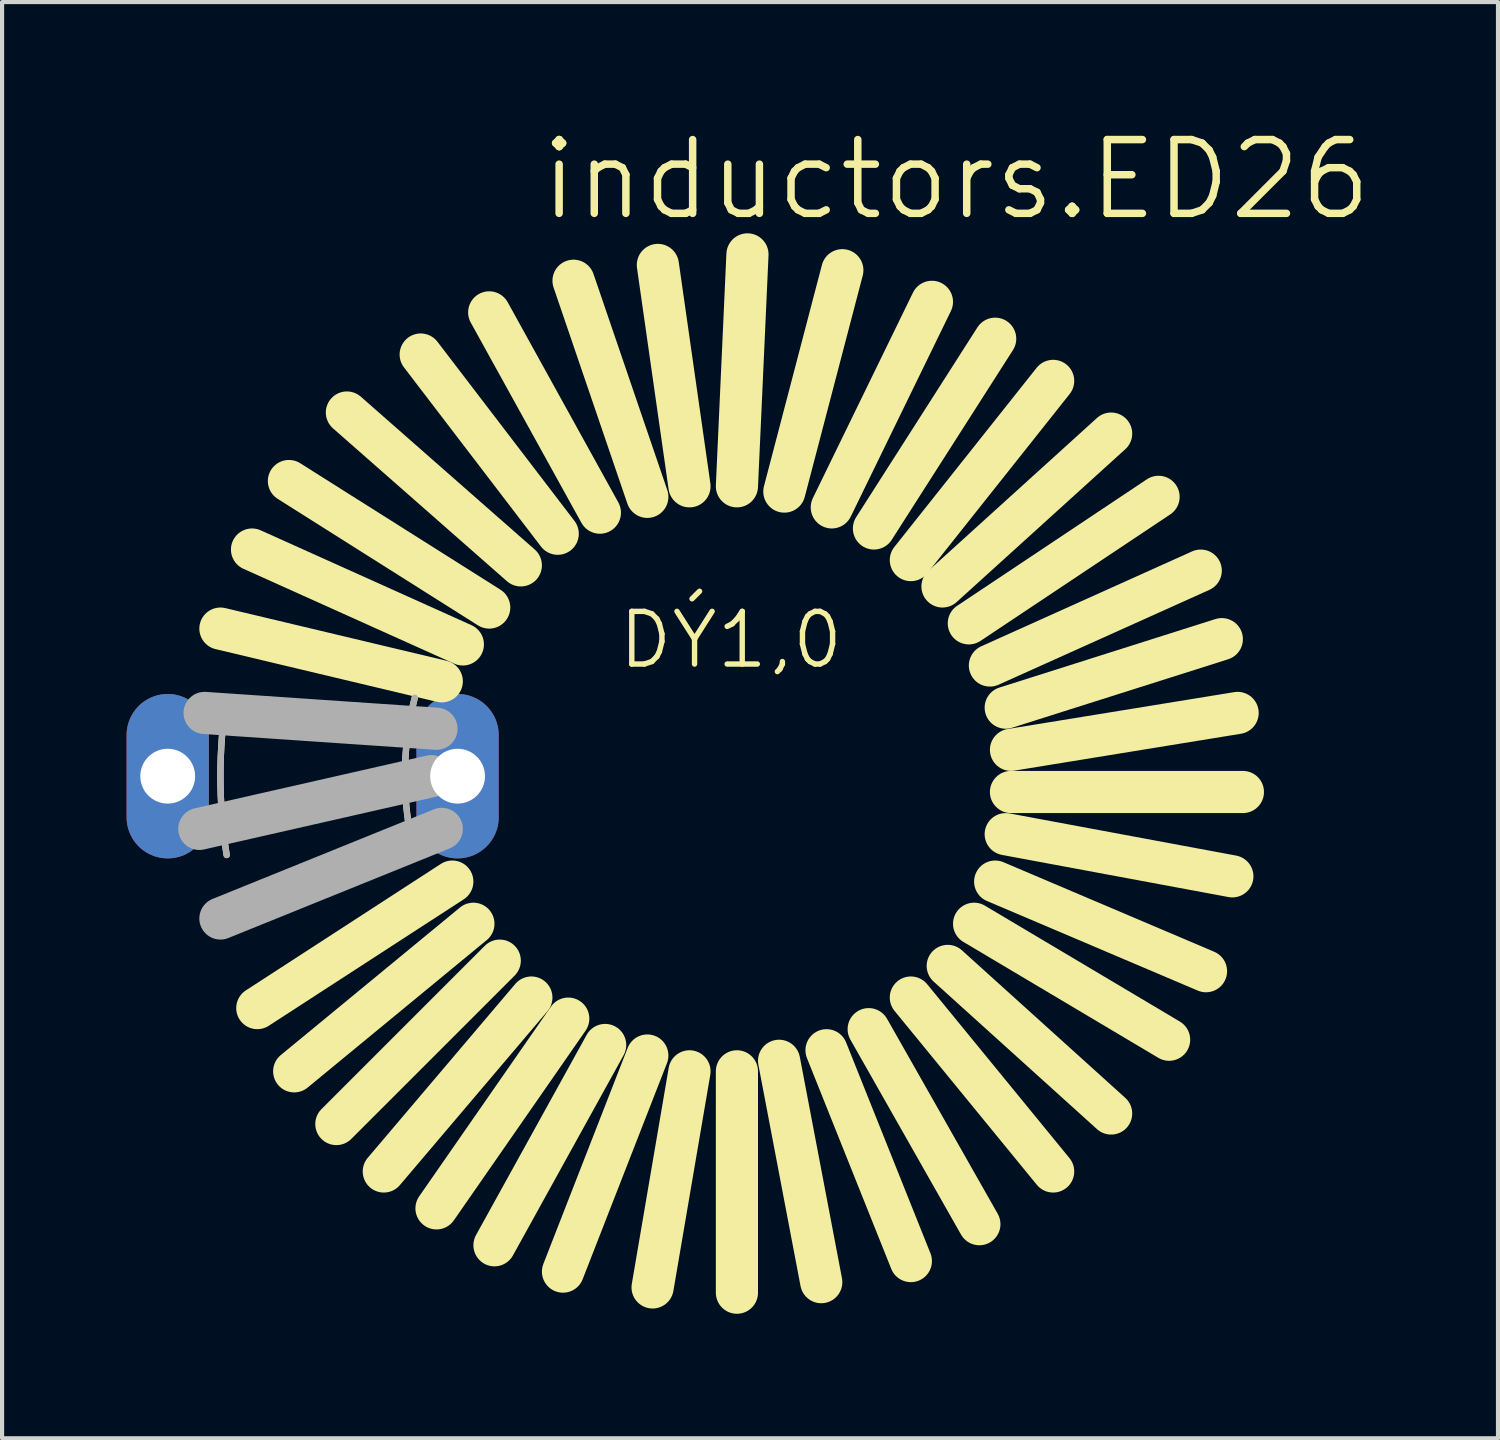
<source format=kicad_pcb>
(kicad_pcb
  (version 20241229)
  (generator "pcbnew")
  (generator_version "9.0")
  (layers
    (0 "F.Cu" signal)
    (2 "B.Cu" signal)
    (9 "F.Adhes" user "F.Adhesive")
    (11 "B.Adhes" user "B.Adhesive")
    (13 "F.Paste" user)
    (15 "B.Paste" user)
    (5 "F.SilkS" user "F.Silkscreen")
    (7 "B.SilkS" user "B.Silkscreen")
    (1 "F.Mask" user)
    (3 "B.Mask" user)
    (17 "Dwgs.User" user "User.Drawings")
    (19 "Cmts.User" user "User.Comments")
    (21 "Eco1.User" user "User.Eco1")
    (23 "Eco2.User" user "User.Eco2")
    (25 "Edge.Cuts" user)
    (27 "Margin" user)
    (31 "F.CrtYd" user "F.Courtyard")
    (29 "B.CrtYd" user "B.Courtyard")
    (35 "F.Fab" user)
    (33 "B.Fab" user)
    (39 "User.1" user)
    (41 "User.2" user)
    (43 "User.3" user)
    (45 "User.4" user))
  (footprint "inductors.ED26"
    (layer "F.Cu")
    (at 14.326 15.653)
    (property "Reference" "inductors.ED26" (at -4.445 -13.335 0) (layer "F.SilkS") (effects (font (size 1.778 1.778) (thickness 0.18)) (justify left bottom)))
    (attr through_hole)
    (fp_line (start -6.731 -2.286) (end -12.065 -3.556) (stroke (width 1.016) (type default)) (layer "F.SilkS"))
    (fp_line (start -6.477 2.54) (end -11.176 5.588) (stroke (width 1.016) (type default)) (layer "F.SilkS"))
    (fp_line (start -6.223 -3.175) (end -11.303 -5.461) (stroke (width 1.016) (type default)) (layer "F.SilkS"))
    (fp_line (start -5.969 3.556) (end -10.287 7.112) (stroke (width 1.016) (type default)) (layer "F.SilkS"))
    (fp_line (start -5.588 -4.064) (end -10.414 -7.112) (stroke (width 1.016) (type default)) (layer "F.SilkS"))
    (fp_line (start -5.334 4.445) (end -9.271 8.382) (stroke (width 1.016) (type default)) (layer "F.SilkS"))
    (fp_line (start -4.826 -5.08) (end -9.017 -8.763) (stroke (width 1.016) (type default)) (layer "F.SilkS"))
    (fp_line (start -4.572 5.334) (end -8.128 9.525) (stroke (width 1.016) (type default)) (layer "F.SilkS"))
    (fp_line (start -3.937 -5.842) (end -7.239 -10.16) (stroke (width 1.016) (type default)) (layer "F.SilkS"))
    (fp_line (start -3.683 5.842) (end -6.858 10.414) (stroke (width 1.016) (type default)) (layer "F.SilkS"))
    (fp_line (start -2.921 -6.35) (end -5.588 -11.176) (stroke (width 1.016) (type default)) (layer "F.SilkS"))
    (fp_line (start -2.794 6.477) (end -5.461 11.303) (stroke (width 1.016) (type default)) (layer "F.SilkS"))
    (fp_line (start -1.778 -6.731) (end -3.556 -11.938) (stroke (width 1.016) (type default)) (layer "F.SilkS"))
    (fp_line (start -1.778 6.731) (end -3.81 11.938) (stroke (width 1.016) (type default)) (layer "F.SilkS"))
    (fp_line (start -0.762 -6.985) (end -1.524 -12.319) (stroke (width 1.016) (type default)) (layer "F.SilkS"))
    (fp_line (start -0.762 7.112) (end -1.651 12.319) (stroke (width 1.016) (type default)) (layer "F.SilkS"))
    (fp_line (start 0.381 -6.985) (end 0.635 -12.573) (stroke (width 1.016) (type default)) (layer "F.SilkS"))
    (fp_line (start 0.381 7.112) (end 0.381 12.446) (stroke (width 1.016) (type default)) (layer "F.SilkS"))
    (fp_line (start 1.397 6.858) (end 2.413 12.192) (stroke (width 1.016) (type default)) (layer "F.SilkS"))
    (fp_line (start 1.524 -6.858) (end 2.921 -12.192) (stroke (width 1.016) (type default)) (layer "F.SilkS"))
    (fp_line (start 2.54 6.604) (end 4.572 11.684) (stroke (width 1.016) (type default)) (layer "F.SilkS"))
    (fp_line (start 2.667 -6.477) (end 5.08 -11.43) (stroke (width 1.016) (type default)) (layer "F.SilkS"))
    (fp_line (start 3.556 6.096) (end 6.223 10.795) (stroke (width 1.016) (type default)) (layer "F.SilkS"))
    (fp_line (start 3.683 -5.969) (end 6.604 -10.541) (stroke (width 1.016) (type default)) (layer "F.SilkS"))
    (fp_line (start 4.572 -5.207) (end 8.001 -9.525) (stroke (width 1.016) (type default)) (layer "F.SilkS"))
    (fp_line (start 4.572 5.334) (end 8.001 9.525) (stroke (width 1.016) (type default)) (layer "F.SilkS"))
    (fp_line (start 5.334 -4.572) (end 9.398 -8.255) (stroke (width 1.016) (type default)) (layer "F.SilkS"))
    (fp_line (start 5.461 4.572) (end 9.398 8.128) (stroke (width 1.016) (type default)) (layer "F.SilkS"))
    (fp_line (start 5.969 -3.683) (end 10.541 -6.731) (stroke (width 1.016) (type default)) (layer "F.SilkS"))
    (fp_line (start 6.096 3.556) (end 10.795 6.35) (stroke (width 1.016) (type default)) (layer "F.SilkS"))
    (fp_line (start 6.477 -2.667) (end 11.557 -4.953) (stroke (width 1.016) (type default)) (layer "F.SilkS"))
    (fp_line (start 6.604 2.54) (end 11.684 4.699) (stroke (width 1.016) (type default)) (layer "F.SilkS"))
    (fp_line (start 6.858 -1.651) (end 12.065 -3.302) (stroke (width 1.016) (type default)) (layer "F.SilkS"))
    (fp_line (start 6.858 1.397) (end 12.319 2.413) (stroke (width 1.016) (type default)) (layer "F.SilkS"))
    (fp_line (start 6.985 -0.635) (end 12.446 -1.524) (stroke (width 1.016) (type default)) (layer "F.SilkS"))
    (fp_line (start 6.985 0.381) (end 12.573 0.381) (stroke (width 1.016) (type default)) (layer "F.SilkS"))
    (fp_arc (start -11.9146 1.8991) (mid -12.065002 0) (end -11.9146 -1.8991) (stroke (width 0.1524) (type default)) (layer "F.SilkS"))
    (fp_arc (start -7.3819 1.8901) (mid -7.620034 0) (end -7.3819 -1.8901) (stroke (width 0.1524) (type default)) (layer "F.SilkS"))
    (fp_line (start -6.985 0) (end -12.573 1.27) (stroke (width 1.016) (type default)) (layer "F.Fab"))
    (fp_line (start -6.858 -1.143) (end -12.446 -1.524) (stroke (width 1.016) (type default)) (layer "F.Fab"))
    (fp_line (start -6.731 1.27) (end -12.065 3.429) (stroke (width 1.016) (type default)) (layer "F.Fab"))
    (fp_arc (start -11.9146 1.8991) (mid -12.065002 0) (end -11.9146 -1.8991) (stroke (width 0.1524) (type default)) (layer "F.Fab"))
    (fp_arc (start -7.3819 1.8901) (mid -7.620034 0) (end -7.3819 -1.8901) (stroke (width 0.1524) (type default)) (layer "F.Fab"))
    (fp_text user "DÝ1,0" (at -2.54 -2.54 0) (layer "F.SilkS") (effects (font (size 1.27 1.27) (thickness 0.13)) (justify left bottom)))
    (pad "1" thru_hole oval (at -13.335 0 90) (size 3.962 1.981) (drill 1.321) (layers "*.Cu" "*.Mask"))
    (pad "2" thru_hole oval (at -6.35 0 90) (size 3.962 1.981) (drill 1.321) (layers "*.Cu" "*.Mask")))
  (gr_rect
    (start -3 -3)
    (end 33.046 31.607)
    (stroke (width 0.1) (type default))
    (fill no)
    (layer "Edge.Cuts")))
</source>
